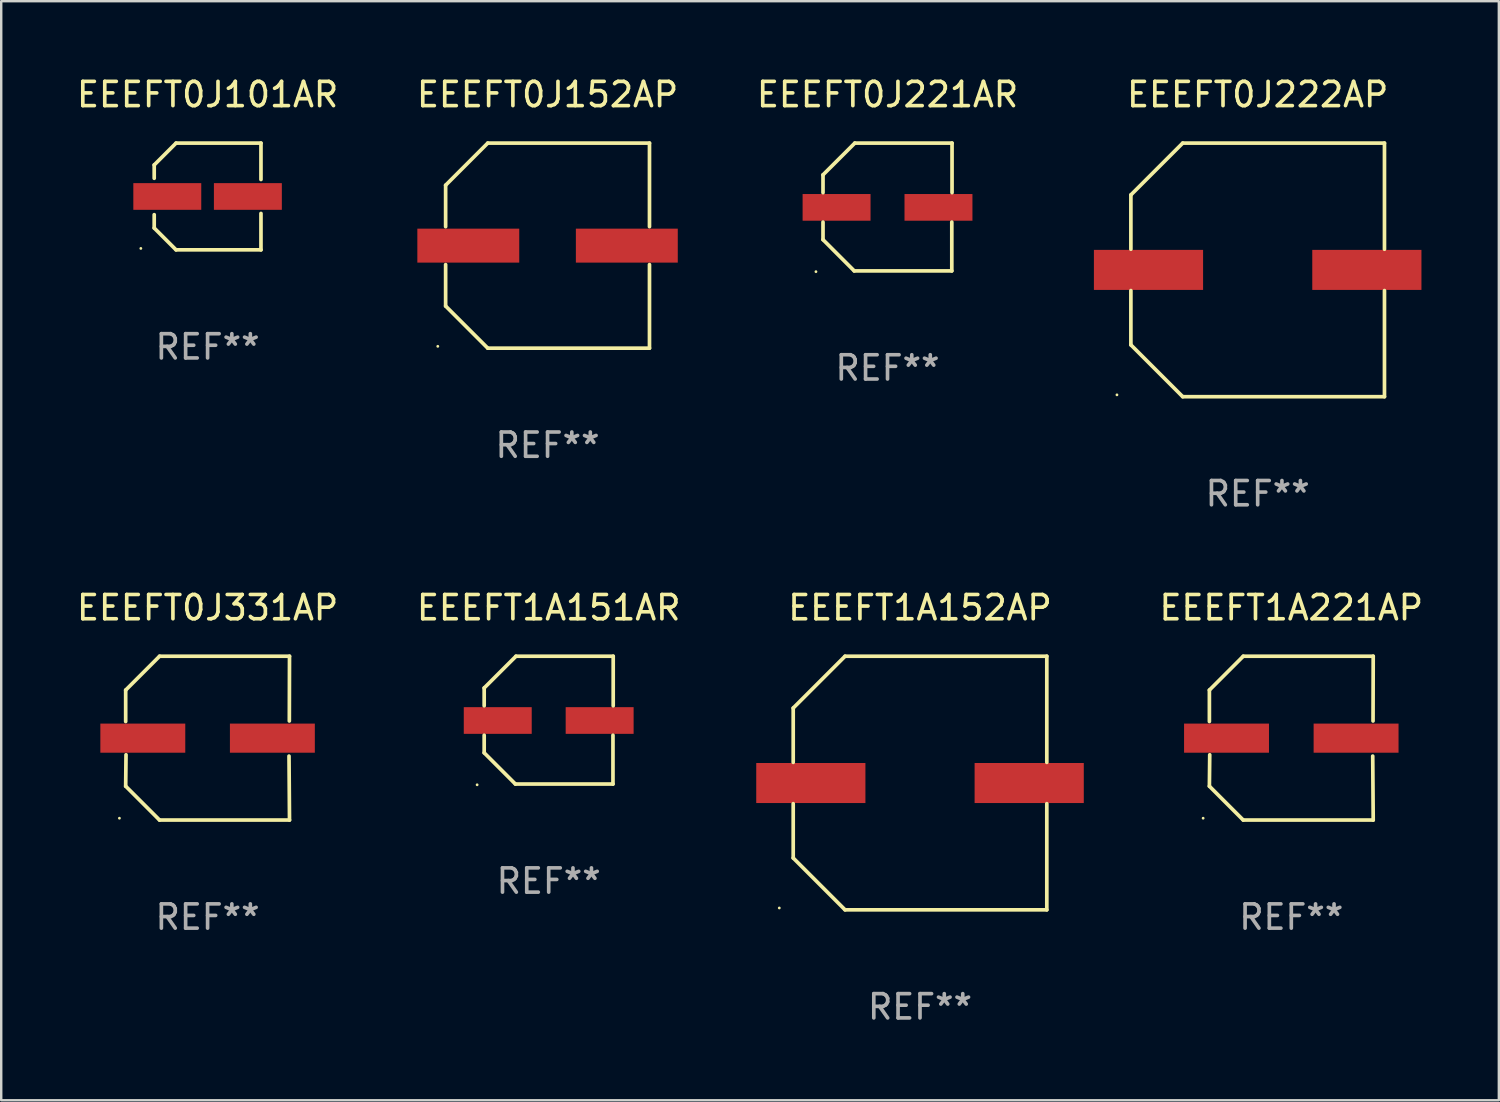
<source format=kicad_pcb>
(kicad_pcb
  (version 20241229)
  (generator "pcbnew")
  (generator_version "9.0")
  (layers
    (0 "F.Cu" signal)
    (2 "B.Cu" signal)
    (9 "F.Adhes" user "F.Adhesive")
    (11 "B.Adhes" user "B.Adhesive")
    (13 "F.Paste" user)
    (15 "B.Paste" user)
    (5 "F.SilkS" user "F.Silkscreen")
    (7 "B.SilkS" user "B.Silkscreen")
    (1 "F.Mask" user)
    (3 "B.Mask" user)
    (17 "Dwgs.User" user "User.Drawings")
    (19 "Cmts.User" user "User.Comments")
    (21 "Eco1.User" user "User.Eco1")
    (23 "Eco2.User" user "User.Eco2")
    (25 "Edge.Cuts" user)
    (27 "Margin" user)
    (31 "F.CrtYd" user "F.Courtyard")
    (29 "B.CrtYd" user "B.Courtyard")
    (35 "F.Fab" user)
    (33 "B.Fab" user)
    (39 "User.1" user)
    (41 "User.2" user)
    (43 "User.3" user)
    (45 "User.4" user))
  (footprint "EEEFT0J152AP"
    (layer "F.Cu")
    (at 19.518 7.074)
    (property "Reference" "EEEFT0J152AP" (at 0 -6.226 0) (layer "F.SilkS") (effects (font (size 1 1) (thickness 0.15))))
    (attr through_hole)
    (fp_line (start -4.201 -2.49) (end -4.201 -0.782) (stroke (width 0.152) (type solid)) (layer "F.SilkS"))
    (fp_line (start -4.201 2.49) (end -4.201 0.782) (stroke (width 0.152) (type solid)) (layer "F.SilkS"))
    (fp_line (start -2.465 -4.226) (end -4.201 -2.49) (stroke (width 0.152) (type solid)) (layer "F.SilkS"))
    (fp_line (start -2.465 4.226) (end -4.201 2.49) (stroke (width 0.152) (type solid)) (layer "F.SilkS"))
    (fp_line (start 4.201 -4.226) (end -2.465 -4.226) (stroke (width 0.152) (type solid)) (layer "F.SilkS"))
    (fp_line (start 4.201 -0.782) (end 4.201 -4.226) (stroke (width 0.152) (type solid)) (layer "F.SilkS"))
    (fp_line (start 4.201 0.782) (end 4.201 4.226) (stroke (width 0.152) (type solid)) (layer "F.SilkS"))
    (fp_line (start 4.201 4.226) (end -2.465 4.226) (stroke (width 0.152) (type solid)) (layer "F.SilkS"))
    (fp_circle (center -4.524 4.15) (end -4.494 4.15) (stroke (width 0.06) (type solid)) (fill no) (layer "F.SilkS"))
    (fp_text user "REF**" (at 0 8.226 0) (layer "F.Fab") (effects (font (size 1 1) (thickness 0.15))))
    (pad "1" smd rect (at -3.267 0) (size 4.2 1.4) (layers "F.Cu" "F.Mask" "F.Paste"))
    (pad "2" smd rect (at 3.267 0) (size 4.2 1.4) (layers "F.Cu" "F.Mask" "F.Paste")))
  (footprint "EEEFT1A221AP"
    (layer "F.Cu")
    (at 50.172 27.373)
    (property "Reference" "EEEFT1A221AP" (at 0 -5.376 0) (layer "F.SilkS") (effects (font (size 1 1) (thickness 0.15))))
    (attr through_hole)
    (fp_line (start -3.376 -1.98) (end -3.376 -0.686) (stroke (width 0.152) (type solid)) (layer "F.SilkS"))
    (fp_line (start -3.376 1.981) (end -3.362 0.686) (stroke (width 0.152) (type solid)) (layer "F.SilkS"))
    (fp_line (start -1.981 3.376) (end -3.376 1.981) (stroke (width 0.152) (type solid)) (layer "F.SilkS"))
    (fp_line (start -1.98 -3.376) (end -3.376 -1.98) (stroke (width 0.152) (type solid)) (layer "F.SilkS"))
    (fp_line (start 3.356 0.74) (end 3.376 3.376) (stroke (width 0.152) (type solid)) (layer "F.SilkS"))
    (fp_line (start 3.369 -0.707) (end 3.376 -3.376) (stroke (width 0.152) (type solid)) (layer "F.SilkS"))
    (fp_line (start 3.376 3.376) (end -1.981 3.376) (stroke (width 0.152) (type solid)) (layer "F.SilkS"))
    (fp_line (start 3.376 -3.376) (end -1.98 -3.376) (stroke (width 0.152) (type solid)) (layer "F.SilkS"))
    (fp_circle (center -3.634 3.3) (end -3.604 3.3) (stroke (width 0.06) (type solid)) (fill no) (layer "F.SilkS"))
    (fp_text user "REF**" (at 0 7.376 0) (layer "F.Fab") (effects (font (size 1 1) (thickness 0.15))))
    (pad "1" smd rect (at -2.67 0.000254) (size 3.5 1.2) (layers "F.Cu" "F.Mask" "F.Paste"))
    (pad "2" smd rect (at 2.67 0.000254) (size 3.5 1.2) (layers "F.Cu" "F.Mask" "F.Paste")))
  (footprint "EEEFT0J331AP"
    (layer "F.Cu")
    (at 5.506 27.373)
    (property "Reference" "EEEFT0J331AP" (at 0 -5.376 0) (layer "F.SilkS") (effects (font (size 1 1) (thickness 0.15))))
    (attr through_hole)
    (fp_line (start -3.376 -1.98) (end -3.376 -0.686) (stroke (width 0.152) (type solid)) (layer "F.SilkS"))
    (fp_line (start -3.376 1.981) (end -3.362 0.686) (stroke (width 0.152) (type solid)) (layer "F.SilkS"))
    (fp_line (start -1.981 3.376) (end -3.376 1.981) (stroke (width 0.152) (type solid)) (layer "F.SilkS"))
    (fp_line (start -1.98 -3.376) (end -3.376 -1.98) (stroke (width 0.152) (type solid)) (layer "F.SilkS"))
    (fp_line (start 3.356 0.74) (end 3.376 3.376) (stroke (width 0.152) (type solid)) (layer "F.SilkS"))
    (fp_line (start 3.369 -0.707) (end 3.376 -3.376) (stroke (width 0.152) (type solid)) (layer "F.SilkS"))
    (fp_line (start 3.376 3.376) (end -1.981 3.376) (stroke (width 0.152) (type solid)) (layer "F.SilkS"))
    (fp_line (start 3.376 -3.376) (end -1.98 -3.376) (stroke (width 0.152) (type solid)) (layer "F.SilkS"))
    (fp_circle (center -3.634 3.3) (end -3.604 3.3) (stroke (width 0.06) (type solid)) (fill no) (layer "F.SilkS"))
    (fp_text user "REF**" (at 0 7.376 0) (layer "F.Fab") (effects (font (size 1 1) (thickness 0.15))))
    (pad "1" smd rect (at -2.67 0.000254) (size 3.5 1.2) (layers "F.Cu" "F.Mask" "F.Paste"))
    (pad "2" smd rect (at 2.67 0.000254) (size 3.5 1.2) (layers "F.Cu" "F.Mask" "F.Paste")))
  (footprint "EEEFT1A151AR"
    (layer "F.Cu")
    (at 19.565 26.631)
    (property "Reference" "EEEFT1A151AR" (at 0 -4.634 0) (layer "F.SilkS") (effects (font (size 1 1) (thickness 0.15))))
    (attr through_hole)
    (fp_line (start -2.659 -1.326) (end -2.659 -0.592) (stroke (width 0.152) (type solid)) (layer "F.SilkS"))
    (fp_line (start -2.659 1.346) (end -2.659 0.622) (stroke (width 0.152) (type solid)) (layer "F.SilkS"))
    (fp_line (start -1.372 2.634) (end -2.659 1.346) (stroke (width 0.152) (type solid)) (layer "F.SilkS"))
    (fp_line (start -1.349 -2.634) (end -2.659 -1.326) (stroke (width 0.152) (type solid)) (layer "F.SilkS"))
    (fp_line (start 2.649 0.622) (end 2.649 2.634) (stroke (width 0.152) (type solid)) (layer "F.SilkS"))
    (fp_line (start 2.649 2.634) (end -1.372 2.634) (stroke (width 0.152) (type solid)) (layer "F.SilkS"))
    (fp_line (start 2.659 -2.634) (end -1.349 -2.634) (stroke (width 0.152) (type solid)) (layer "F.SilkS"))
    (fp_line (start 2.659 -0.592) (end 2.659 -2.634) (stroke (width 0.152) (type solid)) (layer "F.SilkS"))
    (fp_circle (center -2.95 2.665) (end -2.92 2.665) (stroke (width 0.06) (type solid)) (fill no) (layer "F.SilkS"))
    (fp_text user "REF**" (at 0 6.634 0) (layer "F.Fab") (effects (font (size 1 1) (thickness 0.15))))
    (pad "1" smd rect (at -2.1 0.015) (size 2.8 1.1) (layers "F.Cu" "F.Mask" "F.Paste"))
    (pad "2" smd rect (at 2.1 0.015) (size 2.8 1.1) (layers "F.Cu" "F.Mask" "F.Paste")))
  (footprint "EEEFT0J222AP"
    (layer "F.Cu")
    (at 48.786 8.074)
    (property "Reference" "EEEFT0J222AP" (at 0 -7.226 0) (layer "F.SilkS") (effects (font (size 1 1) (thickness 0.15))))
    (attr through_hole)
    (fp_line (start -5.226 -3.09) (end -5.226 -0.852) (stroke (width 0.152) (type solid)) (layer "F.SilkS"))
    (fp_line (start -5.226 3.09) (end -5.226 0.852) (stroke (width 0.152) (type solid)) (layer "F.SilkS"))
    (fp_line (start -3.09 -5.226) (end -5.226 -3.09) (stroke (width 0.152) (type solid)) (layer "F.SilkS"))
    (fp_line (start -3.09 5.226) (end -5.226 3.09) (stroke (width 0.152) (type solid)) (layer "F.SilkS"))
    (fp_line (start 5.226 -5.226) (end -3.09 -5.226) (stroke (width 0.152) (type solid)) (layer "F.SilkS"))
    (fp_line (start 5.226 -0.852) (end 5.226 -5.226) (stroke (width 0.152) (type solid)) (layer "F.SilkS"))
    (fp_line (start 5.226 0.852) (end 5.226 5.226) (stroke (width 0.152) (type solid)) (layer "F.SilkS"))
    (fp_line (start 5.226 5.226) (end -3.09 5.226) (stroke (width 0.152) (type solid)) (layer "F.SilkS"))
    (fp_circle (center -5.8 5.15) (end -5.77 5.15) (stroke (width 0.06) (type solid)) (fill no) (layer "F.SilkS"))
    (fp_text user "REF**" (at 0 9.226 0) (layer "F.Fab") (effects (font (size 1 1) (thickness 0.15))))
    (pad "1" smd rect (at -4.5 0) (size 4.5 1.65) (layers "F.Cu" "F.Mask" "F.Paste"))
    (pad "2" smd rect (at 4.5 0) (size 4.5 1.65) (layers "F.Cu" "F.Mask" "F.Paste")))
  (footprint "EEEFT1A152AP"
    (layer "F.Cu")
    (at 34.869 29.223)
    (property "Reference" "EEEFT1A152AP" (at 0 -7.226 0) (layer "F.SilkS") (effects (font (size 1 1) (thickness 0.15))))
    (attr through_hole)
    (fp_line (start -5.226 -3.09) (end -5.226 -0.852) (stroke (width 0.152) (type solid)) (layer "F.SilkS"))
    (fp_line (start -5.226 3.09) (end -5.226 0.852) (stroke (width 0.152) (type solid)) (layer "F.SilkS"))
    (fp_line (start -3.09 -5.226) (end -5.226 -3.09) (stroke (width 0.152) (type solid)) (layer "F.SilkS"))
    (fp_line (start -3.09 5.226) (end -5.226 3.09) (stroke (width 0.152) (type solid)) (layer "F.SilkS"))
    (fp_line (start 5.226 -5.226) (end -3.09 -5.226) (stroke (width 0.152) (type solid)) (layer "F.SilkS"))
    (fp_line (start 5.226 -0.852) (end 5.226 -5.226) (stroke (width 0.152) (type solid)) (layer "F.SilkS"))
    (fp_line (start 5.226 0.852) (end 5.226 5.226) (stroke (width 0.152) (type solid)) (layer "F.SilkS"))
    (fp_line (start 5.226 5.226) (end -3.09 5.226) (stroke (width 0.152) (type solid)) (layer "F.SilkS"))
    (fp_circle (center -5.8 5.15) (end -5.77 5.15) (stroke (width 0.06) (type solid)) (fill no) (layer "F.SilkS"))
    (fp_text user "REF**" (at 0 9.226 0) (layer "F.Fab") (effects (font (size 1 1) (thickness 0.15))))
    (pad "1" smd rect (at -4.5 0) (size 4.5 1.65) (layers "F.Cu" "F.Mask" "F.Paste"))
    (pad "2" smd rect (at 4.5 0) (size 4.5 1.65) (layers "F.Cu" "F.Mask" "F.Paste")))
  (footprint "EEEFT0J101AR"
    (layer "F.Cu")
    (at 5.506 5.048)
    (property "Reference" "EEEFT0J101AR" (at 0 -4.2 0) (layer "F.SilkS") (effects (font (size 1 1) (thickness 0.15))))
    (attr through_hole)
    (fp_line (start -2.2 -1.3) (end -2.2 -0.75) (stroke (width 0.152) (type solid)) (layer "F.SilkS"))
    (fp_line (start -2.2 1.3) (end -2.2 0.75) (stroke (width 0.152) (type solid)) (layer "F.SilkS"))
    (fp_line (start -1.3 -2.2) (end -2.2 -1.3) (stroke (width 0.152) (type solid)) (layer "F.SilkS"))
    (fp_line (start -1.3 2.2) (end -2.2 1.3) (stroke (width 0.152) (type solid)) (layer "F.SilkS"))
    (fp_line (start 2.2 -2.2) (end -1.3 -2.2) (stroke (width 0.152) (type solid)) (layer "F.SilkS"))
    (fp_line (start 2.2 -0.7) (end 2.2 -2.2) (stroke (width 0.152) (type solid)) (layer "F.SilkS"))
    (fp_line (start 2.2 0.7) (end 2.2 2.2) (stroke (width 0.152) (type solid)) (layer "F.SilkS"))
    (fp_line (start 2.2 2.2) (end -1.3 2.2) (stroke (width 0.152) (type solid)) (layer "F.SilkS"))
    (fp_circle (center -2.751 2.141) (end -2.721 2.141) (stroke (width 0.06) (type solid)) (fill no) (layer "F.SilkS"))
    (fp_text user "REF**" (at 0 6.2 0) (layer "F.Fab") (effects (font (size 1 1) (thickness 0.15))))
    (pad "1" smd rect (at -1.661 -0.000102) (size 2.8 1.1) (layers "F.Cu" "F.Mask" "F.Paste"))
    (pad "2" smd rect (at 1.66 -0.000102) (size 2.8 1.1) (layers "F.Cu" "F.Mask" "F.Paste")))
  (footprint "EEEFT0J221AR"
    (layer "F.Cu")
    (at 33.53 5.482)
    (property "Reference" "EEEFT0J221AR" (at 0 -4.634 0) (layer "F.SilkS") (effects (font (size 1 1) (thickness 0.15))))
    (attr through_hole)
    (fp_line (start -2.659 -1.326) (end -2.659 -0.592) (stroke (width 0.152) (type solid)) (layer "F.SilkS"))
    (fp_line (start -2.659 1.346) (end -2.659 0.622) (stroke (width 0.152) (type solid)) (layer "F.SilkS"))
    (fp_line (start -1.372 2.634) (end -2.659 1.346) (stroke (width 0.152) (type solid)) (layer "F.SilkS"))
    (fp_line (start -1.349 -2.634) (end -2.659 -1.326) (stroke (width 0.152) (type solid)) (layer "F.SilkS"))
    (fp_line (start 2.649 0.622) (end 2.649 2.634) (stroke (width 0.152) (type solid)) (layer "F.SilkS"))
    (fp_line (start 2.649 2.634) (end -1.372 2.634) (stroke (width 0.152) (type solid)) (layer "F.SilkS"))
    (fp_line (start 2.659 -2.634) (end -1.349 -2.634) (stroke (width 0.152) (type solid)) (layer "F.SilkS"))
    (fp_line (start 2.659 -0.592) (end 2.659 -2.634) (stroke (width 0.152) (type solid)) (layer "F.SilkS"))
    (fp_circle (center -2.95 2.665) (end -2.92 2.665) (stroke (width 0.06) (type solid)) (fill no) (layer "F.SilkS"))
    (fp_text user "REF**" (at 0 6.634 0) (layer "F.Fab") (effects (font (size 1 1) (thickness 0.15))))
    (pad "1" smd rect (at -2.1 0.015) (size 2.8 1.1) (layers "F.Cu" "F.Mask" "F.Paste"))
    (pad "2" smd rect (at 2.1 0.015) (size 2.8 1.1) (layers "F.Cu" "F.Mask" "F.Paste")))
  (gr_rect
    (start -3 -3)
    (end 58.726 42.298)
    (stroke (width 0.1) (type default))
    (fill no)
    (layer "Edge.Cuts")))
</source>
